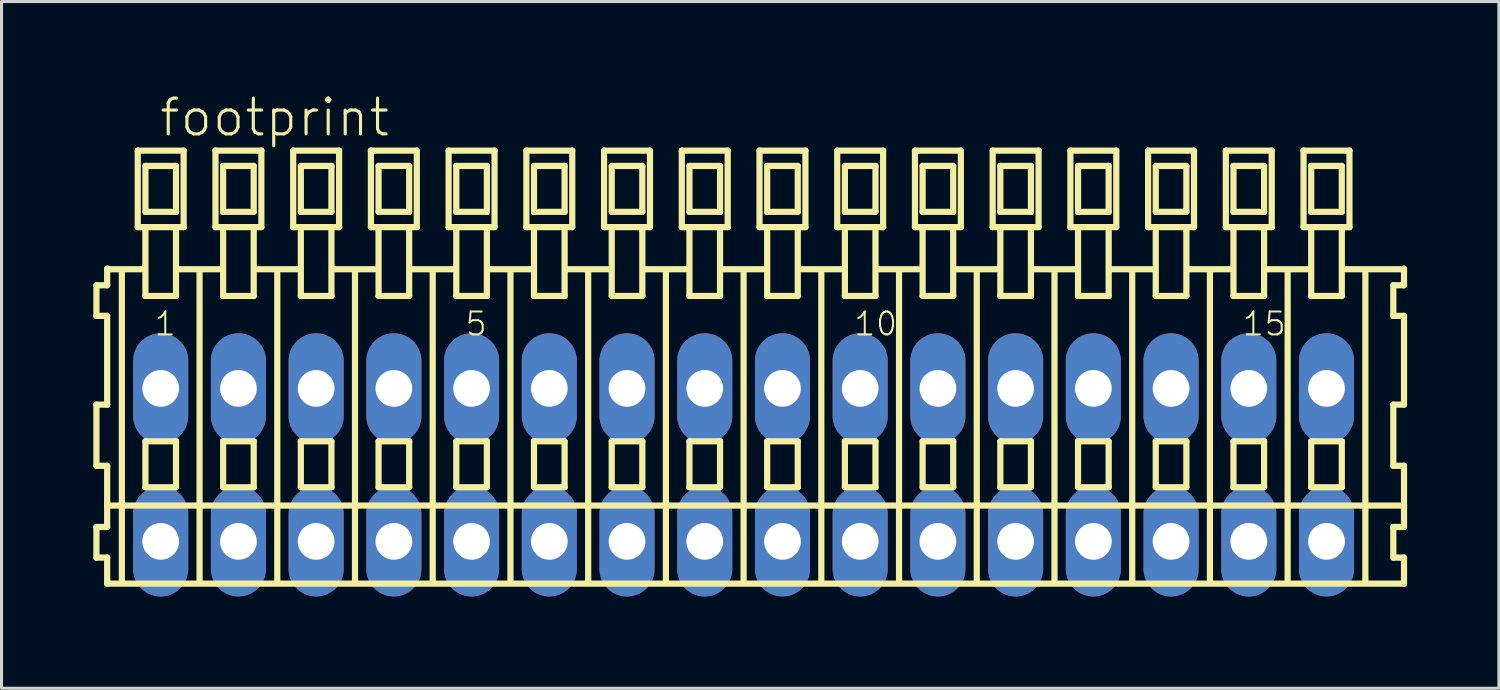
<source format=kicad_pcb>
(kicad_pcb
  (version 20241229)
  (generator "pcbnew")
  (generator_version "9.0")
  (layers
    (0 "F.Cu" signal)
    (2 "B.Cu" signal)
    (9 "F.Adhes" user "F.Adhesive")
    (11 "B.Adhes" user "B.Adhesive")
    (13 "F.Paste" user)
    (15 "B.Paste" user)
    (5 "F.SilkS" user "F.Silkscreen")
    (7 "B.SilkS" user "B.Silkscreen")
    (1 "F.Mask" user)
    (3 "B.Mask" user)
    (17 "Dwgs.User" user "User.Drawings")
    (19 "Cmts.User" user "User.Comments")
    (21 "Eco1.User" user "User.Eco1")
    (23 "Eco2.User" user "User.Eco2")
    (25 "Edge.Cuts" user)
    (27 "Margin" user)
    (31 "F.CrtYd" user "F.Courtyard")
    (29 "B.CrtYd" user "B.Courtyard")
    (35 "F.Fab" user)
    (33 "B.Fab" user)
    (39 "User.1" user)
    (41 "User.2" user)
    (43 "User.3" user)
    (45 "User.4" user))
  (footprint "footprint"
    (layer "F.Cu")
    (at 21.252 12.143)
    (property "Reference" "footprint" (at -19.15 -10.67 0) (layer "F.SilkS") (effects (font (size 1.168 1.168) (thickness 0.102)) (justify left bottom)))
    (fp_line (start -21.15 -5.87) (end -21.15 -4.87) (stroke (width 0.203) (type solid)) (layer "F.SilkS"))
    (fp_line (start -21.15 -4.87) (end -20.8 -4.87) (stroke (width 0.203) (type solid)) (layer "F.SilkS"))
    (fp_line (start -21.15 -1.97) (end -21.15 0.03) (stroke (width 0.203) (type solid)) (layer "F.SilkS"))
    (fp_line (start -21.15 0.03) (end -20.8 0.03) (stroke (width 0.203) (type solid)) (layer "F.SilkS"))
    (fp_line (start -21.15 2.03) (end -21.15 3.03) (stroke (width 0.203) (type solid)) (layer "F.SilkS"))
    (fp_line (start -21.15 3.03) (end -20.8 3.03) (stroke (width 0.203) (type solid)) (layer "F.SilkS"))
    (fp_line (start -20.8 -6.42) (end -20.8 -6.395) (stroke (width 0.203) (type solid)) (layer "F.SilkS"))
    (fp_line (start -20.8 -6.395) (end -20.8 -5.87) (stroke (width 0.203) (type solid)) (layer "F.SilkS"))
    (fp_line (start -20.8 -6.395) (end -19.675 -6.395) (stroke (width 0.203) (type solid)) (layer "F.SilkS"))
    (fp_line (start -20.8 -5.87) (end -21.15 -5.87) (stroke (width 0.203) (type solid)) (layer "F.SilkS"))
    (fp_line (start -20.8 -4.87) (end -20.8 -1.97) (stroke (width 0.203) (type solid)) (layer "F.SilkS"))
    (fp_line (start -20.8 -1.97) (end -21.15 -1.97) (stroke (width 0.203) (type solid)) (layer "F.SilkS"))
    (fp_line (start -20.8 0.03) (end -20.8 1.33) (stroke (width 0.203) (type solid)) (layer "F.SilkS"))
    (fp_line (start -20.8 1.33) (end -20.8 2.03) (stroke (width 0.203) (type solid)) (layer "F.SilkS"))
    (fp_line (start -20.8 1.33) (end 21.583 1.33) (stroke (width 0.203) (type solid)) (layer "F.SilkS"))
    (fp_line (start -20.8 2.03) (end -21.15 2.03) (stroke (width 0.203) (type solid)) (layer "F.SilkS"))
    (fp_line (start -20.8 3.03) (end -20.8 3.88) (stroke (width 0.203) (type solid)) (layer "F.SilkS"))
    (fp_line (start -20.8 3.88) (end 21.583 3.88) (stroke (width 0.203) (type solid)) (layer "F.SilkS"))
    (fp_line (start -20.32 3.83) (end -20.32 -6.33) (stroke (width 0.203) (type solid)) (layer "F.SilkS"))
    (fp_line (start -19.8 -10.27) (end -19.8 -7.77) (stroke (width 0.203) (type solid)) (layer "F.SilkS"))
    (fp_line (start -19.8 -7.77) (end -19.55 -7.77) (stroke (width 0.203) (type solid)) (layer "F.SilkS"))
    (fp_line (start -19.55 -9.77) (end -19.55 -8.27) (stroke (width 0.203) (type solid)) (layer "F.SilkS"))
    (fp_line (start -19.55 -8.27) (end -18.55 -8.27) (stroke (width 0.203) (type solid)) (layer "F.SilkS"))
    (fp_line (start -19.55 -7.77) (end -19.55 -5.52) (stroke (width 0.203) (type solid)) (layer "F.SilkS"))
    (fp_line (start -19.55 -7.77) (end -18.55 -7.77) (stroke (width 0.203) (type solid)) (layer "F.SilkS"))
    (fp_line (start -19.55 -5.52) (end -18.55 -5.52) (stroke (width 0.203) (type solid)) (layer "F.SilkS"))
    (fp_line (start -19.55 -0.77) (end -19.55 0.73) (stroke (width 0.203) (type solid)) (layer "F.SilkS"))
    (fp_line (start -19.55 0.73) (end -18.55 0.73) (stroke (width 0.203) (type solid)) (layer "F.SilkS"))
    (fp_line (start -18.55 -9.77) (end -19.55 -9.77) (stroke (width 0.203) (type solid)) (layer "F.SilkS"))
    (fp_line (start -18.55 -8.27) (end -18.55 -9.77) (stroke (width 0.203) (type solid)) (layer "F.SilkS"))
    (fp_line (start -18.55 -7.77) (end -18.3 -7.77) (stroke (width 0.203) (type solid)) (layer "F.SilkS"))
    (fp_line (start -18.55 -5.52) (end -18.55 -7.77) (stroke (width 0.203) (type solid)) (layer "F.SilkS"))
    (fp_line (start -18.55 -0.77) (end -19.55 -0.77) (stroke (width 0.203) (type solid)) (layer "F.SilkS"))
    (fp_line (start -18.55 0.73) (end -18.55 -0.77) (stroke (width 0.203) (type solid)) (layer "F.SilkS"))
    (fp_line (start -18.514 -6.395) (end -17.135 -6.395) (stroke (width 0.203) (type solid)) (layer "F.SilkS"))
    (fp_line (start -18.3 -10.27) (end -19.8 -10.27) (stroke (width 0.203) (type solid)) (layer "F.SilkS"))
    (fp_line (start -18.3 -7.77) (end -18.3 -10.27) (stroke (width 0.203) (type solid)) (layer "F.SilkS"))
    (fp_line (start -17.78 3.83) (end -17.78 -6.33) (stroke (width 0.203) (type solid)) (layer "F.SilkS"))
    (fp_line (start -17.26 -10.27) (end -17.26 -7.77) (stroke (width 0.203) (type solid)) (layer "F.SilkS"))
    (fp_line (start -17.26 -7.77) (end -17.01 -7.77) (stroke (width 0.203) (type solid)) (layer "F.SilkS"))
    (fp_line (start -17.01 -9.77) (end -17.01 -8.27) (stroke (width 0.203) (type solid)) (layer "F.SilkS"))
    (fp_line (start -17.01 -8.27) (end -16.01 -8.27) (stroke (width 0.203) (type solid)) (layer "F.SilkS"))
    (fp_line (start -17.01 -7.77) (end -17.01 -5.52) (stroke (width 0.203) (type solid)) (layer "F.SilkS"))
    (fp_line (start -17.01 -7.77) (end -16.01 -7.77) (stroke (width 0.203) (type solid)) (layer "F.SilkS"))
    (fp_line (start -17.01 -5.52) (end -16.01 -5.52) (stroke (width 0.203) (type solid)) (layer "F.SilkS"))
    (fp_line (start -17.01 -0.77) (end -17.01 0.73) (stroke (width 0.203) (type solid)) (layer "F.SilkS"))
    (fp_line (start -17.01 0.73) (end -16.01 0.73) (stroke (width 0.203) (type solid)) (layer "F.SilkS"))
    (fp_line (start -16.01 -9.77) (end -17.01 -9.77) (stroke (width 0.203) (type solid)) (layer "F.SilkS"))
    (fp_line (start -16.01 -8.27) (end -16.01 -9.77) (stroke (width 0.203) (type solid)) (layer "F.SilkS"))
    (fp_line (start -16.01 -7.77) (end -15.76 -7.77) (stroke (width 0.203) (type solid)) (layer "F.SilkS"))
    (fp_line (start -16.01 -5.52) (end -16.01 -7.77) (stroke (width 0.203) (type solid)) (layer "F.SilkS"))
    (fp_line (start -16.01 -0.77) (end -17.01 -0.77) (stroke (width 0.203) (type solid)) (layer "F.SilkS"))
    (fp_line (start -16.01 0.73) (end -16.01 -0.77) (stroke (width 0.203) (type solid)) (layer "F.SilkS"))
    (fp_line (start -15.974 -6.395) (end -14.595 -6.395) (stroke (width 0.203) (type solid)) (layer "F.SilkS"))
    (fp_line (start -15.76 -10.27) (end -17.26 -10.27) (stroke (width 0.203) (type solid)) (layer "F.SilkS"))
    (fp_line (start -15.76 -7.77) (end -15.76 -10.27) (stroke (width 0.203) (type solid)) (layer "F.SilkS"))
    (fp_line (start -15.24 3.83) (end -15.24 -6.33) (stroke (width 0.203) (type solid)) (layer "F.SilkS"))
    (fp_line (start -14.72 -10.27) (end -14.72 -7.77) (stroke (width 0.203) (type solid)) (layer "F.SilkS"))
    (fp_line (start -14.72 -7.77) (end -14.47 -7.77) (stroke (width 0.203) (type solid)) (layer "F.SilkS"))
    (fp_line (start -14.47 -9.77) (end -14.47 -8.27) (stroke (width 0.203) (type solid)) (layer "F.SilkS"))
    (fp_line (start -14.47 -8.27) (end -13.47 -8.27) (stroke (width 0.203) (type solid)) (layer "F.SilkS"))
    (fp_line (start -14.47 -7.77) (end -14.47 -5.52) (stroke (width 0.203) (type solid)) (layer "F.SilkS"))
    (fp_line (start -14.47 -7.77) (end -13.47 -7.77) (stroke (width 0.203) (type solid)) (layer "F.SilkS"))
    (fp_line (start -14.47 -5.52) (end -13.47 -5.52) (stroke (width 0.203) (type solid)) (layer "F.SilkS"))
    (fp_line (start -14.47 -0.77) (end -14.47 0.73) (stroke (width 0.203) (type solid)) (layer "F.SilkS"))
    (fp_line (start -14.47 0.73) (end -13.47 0.73) (stroke (width 0.203) (type solid)) (layer "F.SilkS"))
    (fp_line (start -13.47 -9.77) (end -14.47 -9.77) (stroke (width 0.203) (type solid)) (layer "F.SilkS"))
    (fp_line (start -13.47 -8.27) (end -13.47 -9.77) (stroke (width 0.203) (type solid)) (layer "F.SilkS"))
    (fp_line (start -13.47 -7.77) (end -13.22 -7.77) (stroke (width 0.203) (type solid)) (layer "F.SilkS"))
    (fp_line (start -13.47 -5.52) (end -13.47 -7.77) (stroke (width 0.203) (type solid)) (layer "F.SilkS"))
    (fp_line (start -13.47 -0.77) (end -14.47 -0.77) (stroke (width 0.203) (type solid)) (layer "F.SilkS"))
    (fp_line (start -13.47 0.73) (end -13.47 -0.77) (stroke (width 0.203) (type solid)) (layer "F.SilkS"))
    (fp_line (start -13.434 -6.395) (end -12.055 -6.395) (stroke (width 0.203) (type solid)) (layer "F.SilkS"))
    (fp_line (start -13.22 -10.27) (end -14.72 -10.27) (stroke (width 0.203) (type solid)) (layer "F.SilkS"))
    (fp_line (start -13.22 -7.77) (end -13.22 -10.27) (stroke (width 0.203) (type solid)) (layer "F.SilkS"))
    (fp_line (start -12.7 3.83) (end -12.7 -6.33) (stroke (width 0.203) (type solid)) (layer "F.SilkS"))
    (fp_line (start -12.18 -10.27) (end -12.18 -7.77) (stroke (width 0.203) (type solid)) (layer "F.SilkS"))
    (fp_line (start -12.18 -7.77) (end -11.93 -7.77) (stroke (width 0.203) (type solid)) (layer "F.SilkS"))
    (fp_line (start -11.93 -9.77) (end -11.93 -8.27) (stroke (width 0.203) (type solid)) (layer "F.SilkS"))
    (fp_line (start -11.93 -8.27) (end -10.93 -8.27) (stroke (width 0.203) (type solid)) (layer "F.SilkS"))
    (fp_line (start -11.93 -7.77) (end -11.93 -5.52) (stroke (width 0.203) (type solid)) (layer "F.SilkS"))
    (fp_line (start -11.93 -7.77) (end -10.93 -7.77) (stroke (width 0.203) (type solid)) (layer "F.SilkS"))
    (fp_line (start -11.93 -5.52) (end -10.93 -5.52) (stroke (width 0.203) (type solid)) (layer "F.SilkS"))
    (fp_line (start -11.93 -0.77) (end -11.93 0.73) (stroke (width 0.203) (type solid)) (layer "F.SilkS"))
    (fp_line (start -11.93 0.73) (end -10.93 0.73) (stroke (width 0.203) (type solid)) (layer "F.SilkS"))
    (fp_line (start -10.93 -9.77) (end -11.93 -9.77) (stroke (width 0.203) (type solid)) (layer "F.SilkS"))
    (fp_line (start -10.93 -8.27) (end -10.93 -9.77) (stroke (width 0.203) (type solid)) (layer "F.SilkS"))
    (fp_line (start -10.93 -7.77) (end -10.68 -7.77) (stroke (width 0.203) (type solid)) (layer "F.SilkS"))
    (fp_line (start -10.93 -5.52) (end -10.93 -7.77) (stroke (width 0.203) (type solid)) (layer "F.SilkS"))
    (fp_line (start -10.93 -0.77) (end -11.93 -0.77) (stroke (width 0.203) (type solid)) (layer "F.SilkS"))
    (fp_line (start -10.93 0.73) (end -10.93 -0.77) (stroke (width 0.203) (type solid)) (layer "F.SilkS"))
    (fp_line (start -10.894 -6.395) (end -9.515 -6.395) (stroke (width 0.203) (type solid)) (layer "F.SilkS"))
    (fp_line (start -10.68 -10.27) (end -12.18 -10.27) (stroke (width 0.203) (type solid)) (layer "F.SilkS"))
    (fp_line (start -10.68 -7.77) (end -10.68 -10.27) (stroke (width 0.203) (type solid)) (layer "F.SilkS"))
    (fp_line (start -10.16 3.83) (end -10.16 -6.33) (stroke (width 0.203) (type solid)) (layer "F.SilkS"))
    (fp_line (start -9.64 -10.27) (end -9.64 -7.77) (stroke (width 0.203) (type solid)) (layer "F.SilkS"))
    (fp_line (start -9.64 -7.77) (end -9.39 -7.77) (stroke (width 0.203) (type solid)) (layer "F.SilkS"))
    (fp_line (start -9.39 -9.77) (end -9.39 -8.27) (stroke (width 0.203) (type solid)) (layer "F.SilkS"))
    (fp_line (start -9.39 -8.27) (end -8.39 -8.27) (stroke (width 0.203) (type solid)) (layer "F.SilkS"))
    (fp_line (start -9.39 -7.77) (end -9.39 -5.52) (stroke (width 0.203) (type solid)) (layer "F.SilkS"))
    (fp_line (start -9.39 -7.77) (end -8.39 -7.77) (stroke (width 0.203) (type solid)) (layer "F.SilkS"))
    (fp_line (start -9.39 -5.52) (end -8.39 -5.52) (stroke (width 0.203) (type solid)) (layer "F.SilkS"))
    (fp_line (start -9.39 -0.77) (end -9.39 0.73) (stroke (width 0.203) (type solid)) (layer "F.SilkS"))
    (fp_line (start -9.39 0.73) (end -8.39 0.73) (stroke (width 0.203) (type solid)) (layer "F.SilkS"))
    (fp_line (start -8.39 -9.77) (end -9.39 -9.77) (stroke (width 0.203) (type solid)) (layer "F.SilkS"))
    (fp_line (start -8.39 -8.27) (end -8.39 -9.77) (stroke (width 0.203) (type solid)) (layer "F.SilkS"))
    (fp_line (start -8.39 -7.77) (end -8.14 -7.77) (stroke (width 0.203) (type solid)) (layer "F.SilkS"))
    (fp_line (start -8.39 -5.52) (end -8.39 -7.77) (stroke (width 0.203) (type solid)) (layer "F.SilkS"))
    (fp_line (start -8.39 -0.77) (end -9.39 -0.77) (stroke (width 0.203) (type solid)) (layer "F.SilkS"))
    (fp_line (start -8.39 0.73) (end -8.39 -0.77) (stroke (width 0.203) (type solid)) (layer "F.SilkS"))
    (fp_line (start -8.354 -6.395) (end -6.975 -6.395) (stroke (width 0.203) (type solid)) (layer "F.SilkS"))
    (fp_line (start -8.14 -10.27) (end -9.64 -10.27) (stroke (width 0.203) (type solid)) (layer "F.SilkS"))
    (fp_line (start -8.14 -7.77) (end -8.14 -10.27) (stroke (width 0.203) (type solid)) (layer "F.SilkS"))
    (fp_line (start -7.62 3.83) (end -7.62 -6.33) (stroke (width 0.203) (type solid)) (layer "F.SilkS"))
    (fp_line (start -7.1 -10.27) (end -7.1 -7.77) (stroke (width 0.203) (type solid)) (layer "F.SilkS"))
    (fp_line (start -7.1 -7.77) (end -6.85 -7.77) (stroke (width 0.203) (type solid)) (layer "F.SilkS"))
    (fp_line (start -6.85 -9.77) (end -6.85 -8.27) (stroke (width 0.203) (type solid)) (layer "F.SilkS"))
    (fp_line (start -6.85 -8.27) (end -5.85 -8.27) (stroke (width 0.203) (type solid)) (layer "F.SilkS"))
    (fp_line (start -6.85 -7.77) (end -6.85 -5.52) (stroke (width 0.203) (type solid)) (layer "F.SilkS"))
    (fp_line (start -6.85 -7.77) (end -5.85 -7.77) (stroke (width 0.203) (type solid)) (layer "F.SilkS"))
    (fp_line (start -6.85 -5.52) (end -5.85 -5.52) (stroke (width 0.203) (type solid)) (layer "F.SilkS"))
    (fp_line (start -6.85 -0.77) (end -6.85 0.73) (stroke (width 0.203) (type solid)) (layer "F.SilkS"))
    (fp_line (start -6.85 0.73) (end -5.85 0.73) (stroke (width 0.203) (type solid)) (layer "F.SilkS"))
    (fp_line (start -5.85 -9.77) (end -6.85 -9.77) (stroke (width 0.203) (type solid)) (layer "F.SilkS"))
    (fp_line (start -5.85 -8.27) (end -5.85 -9.77) (stroke (width 0.203) (type solid)) (layer "F.SilkS"))
    (fp_line (start -5.85 -7.77) (end -5.6 -7.77) (stroke (width 0.203) (type solid)) (layer "F.SilkS"))
    (fp_line (start -5.85 -5.52) (end -5.85 -7.77) (stroke (width 0.203) (type solid)) (layer "F.SilkS"))
    (fp_line (start -5.85 -0.77) (end -6.85 -0.77) (stroke (width 0.203) (type solid)) (layer "F.SilkS"))
    (fp_line (start -5.85 0.73) (end -5.85 -0.77) (stroke (width 0.203) (type solid)) (layer "F.SilkS"))
    (fp_line (start -5.814 -6.395) (end -4.435 -6.395) (stroke (width 0.203) (type solid)) (layer "F.SilkS"))
    (fp_line (start -5.6 -10.27) (end -7.1 -10.27) (stroke (width 0.203) (type solid)) (layer "F.SilkS"))
    (fp_line (start -5.6 -7.77) (end -5.6 -10.27) (stroke (width 0.203) (type solid)) (layer "F.SilkS"))
    (fp_line (start -5.08 3.83) (end -5.08 -6.33) (stroke (width 0.203) (type solid)) (layer "F.SilkS"))
    (fp_line (start -4.56 -10.27) (end -4.56 -7.77) (stroke (width 0.203) (type solid)) (layer "F.SilkS"))
    (fp_line (start -4.56 -7.77) (end -4.31 -7.77) (stroke (width 0.203) (type solid)) (layer "F.SilkS"))
    (fp_line (start -4.31 -9.77) (end -4.31 -8.27) (stroke (width 0.203) (type solid)) (layer "F.SilkS"))
    (fp_line (start -4.31 -8.27) (end -3.31 -8.27) (stroke (width 0.203) (type solid)) (layer "F.SilkS"))
    (fp_line (start -4.31 -7.77) (end -4.31 -5.52) (stroke (width 0.203) (type solid)) (layer "F.SilkS"))
    (fp_line (start -4.31 -7.77) (end -3.31 -7.77) (stroke (width 0.203) (type solid)) (layer "F.SilkS"))
    (fp_line (start -4.31 -5.52) (end -3.31 -5.52) (stroke (width 0.203) (type solid)) (layer "F.SilkS"))
    (fp_line (start -4.31 -0.77) (end -4.31 0.73) (stroke (width 0.203) (type solid)) (layer "F.SilkS"))
    (fp_line (start -4.31 0.73) (end -3.31 0.73) (stroke (width 0.203) (type solid)) (layer "F.SilkS"))
    (fp_line (start -3.31 -9.77) (end -4.31 -9.77) (stroke (width 0.203) (type solid)) (layer "F.SilkS"))
    (fp_line (start -3.31 -8.27) (end -3.31 -9.77) (stroke (width 0.203) (type solid)) (layer "F.SilkS"))
    (fp_line (start -3.31 -7.77) (end -3.06 -7.77) (stroke (width 0.203) (type solid)) (layer "F.SilkS"))
    (fp_line (start -3.31 -5.52) (end -3.31 -7.77) (stroke (width 0.203) (type solid)) (layer "F.SilkS"))
    (fp_line (start -3.31 -0.77) (end -4.31 -0.77) (stroke (width 0.203) (type solid)) (layer "F.SilkS"))
    (fp_line (start -3.31 0.73) (end -3.31 -0.77) (stroke (width 0.203) (type solid)) (layer "F.SilkS"))
    (fp_line (start -3.274 -6.395) (end -1.895 -6.395) (stroke (width 0.203) (type solid)) (layer "F.SilkS"))
    (fp_line (start -3.06 -10.27) (end -4.56 -10.27) (stroke (width 0.203) (type solid)) (layer "F.SilkS"))
    (fp_line (start -3.06 -7.77) (end -3.06 -10.27) (stroke (width 0.203) (type solid)) (layer "F.SilkS"))
    (fp_line (start -2.54 3.83) (end -2.54 -6.33) (stroke (width 0.203) (type solid)) (layer "F.SilkS"))
    (fp_line (start -2.02 -10.27) (end -2.02 -7.77) (stroke (width 0.203) (type solid)) (layer "F.SilkS"))
    (fp_line (start -2.02 -7.77) (end -1.77 -7.77) (stroke (width 0.203) (type solid)) (layer "F.SilkS"))
    (fp_line (start -1.77 -9.77) (end -1.77 -8.27) (stroke (width 0.203) (type solid)) (layer "F.SilkS"))
    (fp_line (start -1.77 -8.27) (end -0.77 -8.27) (stroke (width 0.203) (type solid)) (layer "F.SilkS"))
    (fp_line (start -1.77 -7.77) (end -1.77 -5.52) (stroke (width 0.203) (type solid)) (layer "F.SilkS"))
    (fp_line (start -1.77 -7.77) (end -0.77 -7.77) (stroke (width 0.203) (type solid)) (layer "F.SilkS"))
    (fp_line (start -1.77 -5.52) (end -0.77 -5.52) (stroke (width 0.203) (type solid)) (layer "F.SilkS"))
    (fp_line (start -1.77 -0.77) (end -1.77 0.73) (stroke (width 0.203) (type solid)) (layer "F.SilkS"))
    (fp_line (start -1.77 0.73) (end -0.77 0.73) (stroke (width 0.203) (type solid)) (layer "F.SilkS"))
    (fp_line (start -0.77 -9.77) (end -1.77 -9.77) (stroke (width 0.203) (type solid)) (layer "F.SilkS"))
    (fp_line (start -0.77 -8.27) (end -0.77 -9.77) (stroke (width 0.203) (type solid)) (layer "F.SilkS"))
    (fp_line (start -0.77 -7.77) (end -0.52 -7.77) (stroke (width 0.203) (type solid)) (layer "F.SilkS"))
    (fp_line (start -0.77 -5.52) (end -0.77 -7.77) (stroke (width 0.203) (type solid)) (layer "F.SilkS"))
    (fp_line (start -0.77 -0.77) (end -1.77 -0.77) (stroke (width 0.203) (type solid)) (layer "F.SilkS"))
    (fp_line (start -0.77 0.73) (end -0.77 -0.77) (stroke (width 0.203) (type solid)) (layer "F.SilkS"))
    (fp_line (start -0.734 -6.395) (end 0.645 -6.395) (stroke (width 0.203) (type solid)) (layer "F.SilkS"))
    (fp_line (start -0.52 -10.27) (end -2.02 -10.27) (stroke (width 0.203) (type solid)) (layer "F.SilkS"))
    (fp_line (start -0.52 -7.77) (end -0.52 -10.27) (stroke (width 0.203) (type solid)) (layer "F.SilkS"))
    (fp_line (start 0 3.83) (end 0 -6.33) (stroke (width 0.203) (type solid)) (layer "F.SilkS"))
    (fp_line (start 0.52 -10.27) (end 0.52 -7.77) (stroke (width 0.203) (type solid)) (layer "F.SilkS"))
    (fp_line (start 0.52 -7.77) (end 0.77 -7.77) (stroke (width 0.203) (type solid)) (layer "F.SilkS"))
    (fp_line (start 0.77 -9.77) (end 0.77 -8.27) (stroke (width 0.203) (type solid)) (layer "F.SilkS"))
    (fp_line (start 0.77 -8.27) (end 1.77 -8.27) (stroke (width 0.203) (type solid)) (layer "F.SilkS"))
    (fp_line (start 0.77 -7.77) (end 0.77 -5.52) (stroke (width 0.203) (type solid)) (layer "F.SilkS"))
    (fp_line (start 0.77 -7.77) (end 1.77 -7.77) (stroke (width 0.203) (type solid)) (layer "F.SilkS"))
    (fp_line (start 0.77 -5.52) (end 1.77 -5.52) (stroke (width 0.203) (type solid)) (layer "F.SilkS"))
    (fp_line (start 0.77 -0.77) (end 0.77 0.73) (stroke (width 0.203) (type solid)) (layer "F.SilkS"))
    (fp_line (start 0.77 0.73) (end 1.77 0.73) (stroke (width 0.203) (type solid)) (layer "F.SilkS"))
    (fp_line (start 1.77 -9.77) (end 0.77 -9.77) (stroke (width 0.203) (type solid)) (layer "F.SilkS"))
    (fp_line (start 1.77 -8.27) (end 1.77 -9.77) (stroke (width 0.203) (type solid)) (layer "F.SilkS"))
    (fp_line (start 1.77 -7.77) (end 2.02 -7.77) (stroke (width 0.203) (type solid)) (layer "F.SilkS"))
    (fp_line (start 1.77 -5.52) (end 1.77 -7.77) (stroke (width 0.203) (type solid)) (layer "F.SilkS"))
    (fp_line (start 1.77 -0.77) (end 0.77 -0.77) (stroke (width 0.203) (type solid)) (layer "F.SilkS"))
    (fp_line (start 1.77 0.73) (end 1.77 -0.77) (stroke (width 0.203) (type solid)) (layer "F.SilkS"))
    (fp_line (start 1.806 -6.395) (end 3.185 -6.395) (stroke (width 0.203) (type solid)) (layer "F.SilkS"))
    (fp_line (start 2.02 -10.27) (end 0.52 -10.27) (stroke (width 0.203) (type solid)) (layer "F.SilkS"))
    (fp_line (start 2.02 -7.77) (end 2.02 -10.27) (stroke (width 0.203) (type solid)) (layer "F.SilkS"))
    (fp_line (start 2.54 3.83) (end 2.54 -6.33) (stroke (width 0.203) (type solid)) (layer "F.SilkS"))
    (fp_line (start 3.06 -10.27) (end 3.06 -7.77) (stroke (width 0.203) (type solid)) (layer "F.SilkS"))
    (fp_line (start 3.06 -7.77) (end 3.31 -7.77) (stroke (width 0.203) (type solid)) (layer "F.SilkS"))
    (fp_line (start 3.31 -9.77) (end 3.31 -8.27) (stroke (width 0.203) (type solid)) (layer "F.SilkS"))
    (fp_line (start 3.31 -8.27) (end 4.31 -8.27) (stroke (width 0.203) (type solid)) (layer "F.SilkS"))
    (fp_line (start 3.31 -7.77) (end 3.31 -5.52) (stroke (width 0.203) (type solid)) (layer "F.SilkS"))
    (fp_line (start 3.31 -7.77) (end 4.31 -7.77) (stroke (width 0.203) (type solid)) (layer "F.SilkS"))
    (fp_line (start 3.31 -5.52) (end 4.31 -5.52) (stroke (width 0.203) (type solid)) (layer "F.SilkS"))
    (fp_line (start 3.31 -0.77) (end 3.31 0.73) (stroke (width 0.203) (type solid)) (layer "F.SilkS"))
    (fp_line (start 3.31 0.73) (end 4.31 0.73) (stroke (width 0.203) (type solid)) (layer "F.SilkS"))
    (fp_line (start 4.31 -9.77) (end 3.31 -9.77) (stroke (width 0.203) (type solid)) (layer "F.SilkS"))
    (fp_line (start 4.31 -8.27) (end 4.31 -9.77) (stroke (width 0.203) (type solid)) (layer "F.SilkS"))
    (fp_line (start 4.31 -7.77) (end 4.56 -7.77) (stroke (width 0.203) (type solid)) (layer "F.SilkS"))
    (fp_line (start 4.31 -5.52) (end 4.31 -7.77) (stroke (width 0.203) (type solid)) (layer "F.SilkS"))
    (fp_line (start 4.31 -0.77) (end 3.31 -0.77) (stroke (width 0.203) (type solid)) (layer "F.SilkS"))
    (fp_line (start 4.31 0.73) (end 4.31 -0.77) (stroke (width 0.203) (type solid)) (layer "F.SilkS"))
    (fp_line (start 4.346 -6.395) (end 5.725 -6.395) (stroke (width 0.203) (type solid)) (layer "F.SilkS"))
    (fp_line (start 4.56 -10.27) (end 3.06 -10.27) (stroke (width 0.203) (type solid)) (layer "F.SilkS"))
    (fp_line (start 4.56 -7.77) (end 4.56 -10.27) (stroke (width 0.203) (type solid)) (layer "F.SilkS"))
    (fp_line (start 5.08 3.83) (end 5.08 -6.33) (stroke (width 0.203) (type solid)) (layer "F.SilkS"))
    (fp_line (start 5.6 -10.27) (end 5.6 -7.77) (stroke (width 0.203) (type solid)) (layer "F.SilkS"))
    (fp_line (start 5.6 -7.77) (end 5.85 -7.77) (stroke (width 0.203) (type solid)) (layer "F.SilkS"))
    (fp_line (start 5.85 -9.77) (end 5.85 -8.27) (stroke (width 0.203) (type solid)) (layer "F.SilkS"))
    (fp_line (start 5.85 -8.27) (end 6.85 -8.27) (stroke (width 0.203) (type solid)) (layer "F.SilkS"))
    (fp_line (start 5.85 -7.77) (end 5.85 -5.52) (stroke (width 0.203) (type solid)) (layer "F.SilkS"))
    (fp_line (start 5.85 -7.77) (end 6.85 -7.77) (stroke (width 0.203) (type solid)) (layer "F.SilkS"))
    (fp_line (start 5.85 -5.52) (end 6.85 -5.52) (stroke (width 0.203) (type solid)) (layer "F.SilkS"))
    (fp_line (start 5.85 -0.77) (end 5.85 0.73) (stroke (width 0.203) (type solid)) (layer "F.SilkS"))
    (fp_line (start 5.85 0.73) (end 6.85 0.73) (stroke (width 0.203) (type solid)) (layer "F.SilkS"))
    (fp_line (start 6.85 -9.77) (end 5.85 -9.77) (stroke (width 0.203) (type solid)) (layer "F.SilkS"))
    (fp_line (start 6.85 -8.27) (end 6.85 -9.77) (stroke (width 0.203) (type solid)) (layer "F.SilkS"))
    (fp_line (start 6.85 -7.77) (end 7.1 -7.77) (stroke (width 0.203) (type solid)) (layer "F.SilkS"))
    (fp_line (start 6.85 -5.52) (end 6.85 -7.77) (stroke (width 0.203) (type solid)) (layer "F.SilkS"))
    (fp_line (start 6.85 -0.77) (end 5.85 -0.77) (stroke (width 0.203) (type solid)) (layer "F.SilkS"))
    (fp_line (start 6.85 0.73) (end 6.85 -0.77) (stroke (width 0.203) (type solid)) (layer "F.SilkS"))
    (fp_line (start 6.886 -6.395) (end 8.265 -6.395) (stroke (width 0.203) (type solid)) (layer "F.SilkS"))
    (fp_line (start 7.1 -10.27) (end 5.6 -10.27) (stroke (width 0.203) (type solid)) (layer "F.SilkS"))
    (fp_line (start 7.1 -7.77) (end 7.1 -10.27) (stroke (width 0.203) (type solid)) (layer "F.SilkS"))
    (fp_line (start 7.62 3.83) (end 7.62 -6.33) (stroke (width 0.203) (type solid)) (layer "F.SilkS"))
    (fp_line (start 8.14 -10.27) (end 8.14 -7.77) (stroke (width 0.203) (type solid)) (layer "F.SilkS"))
    (fp_line (start 8.14 -7.77) (end 8.39 -7.77) (stroke (width 0.203) (type solid)) (layer "F.SilkS"))
    (fp_line (start 8.39 -9.77) (end 8.39 -8.27) (stroke (width 0.203) (type solid)) (layer "F.SilkS"))
    (fp_line (start 8.39 -8.27) (end 9.39 -8.27) (stroke (width 0.203) (type solid)) (layer "F.SilkS"))
    (fp_line (start 8.39 -7.77) (end 8.39 -5.52) (stroke (width 0.203) (type solid)) (layer "F.SilkS"))
    (fp_line (start 8.39 -7.77) (end 9.39 -7.77) (stroke (width 0.203) (type solid)) (layer "F.SilkS"))
    (fp_line (start 8.39 -5.52) (end 9.39 -5.52) (stroke (width 0.203) (type solid)) (layer "F.SilkS"))
    (fp_line (start 8.39 -0.77) (end 8.39 0.73) (stroke (width 0.203) (type solid)) (layer "F.SilkS"))
    (fp_line (start 8.39 0.73) (end 9.39 0.73) (stroke (width 0.203) (type solid)) (layer "F.SilkS"))
    (fp_line (start 9.39 -9.77) (end 8.39 -9.77) (stroke (width 0.203) (type solid)) (layer "F.SilkS"))
    (fp_line (start 9.39 -8.27) (end 9.39 -9.77) (stroke (width 0.203) (type solid)) (layer "F.SilkS"))
    (fp_line (start 9.39 -7.77) (end 9.64 -7.77) (stroke (width 0.203) (type solid)) (layer "F.SilkS"))
    (fp_line (start 9.39 -5.52) (end 9.39 -7.77) (stroke (width 0.203) (type solid)) (layer "F.SilkS"))
    (fp_line (start 9.39 -0.77) (end 8.39 -0.77) (stroke (width 0.203) (type solid)) (layer "F.SilkS"))
    (fp_line (start 9.39 0.73) (end 9.39 -0.77) (stroke (width 0.203) (type solid)) (layer "F.SilkS"))
    (fp_line (start 9.426 -6.395) (end 10.805 -6.395) (stroke (width 0.203) (type solid)) (layer "F.SilkS"))
    (fp_line (start 9.64 -10.27) (end 8.14 -10.27) (stroke (width 0.203) (type solid)) (layer "F.SilkS"))
    (fp_line (start 9.64 -7.77) (end 9.64 -10.27) (stroke (width 0.203) (type solid)) (layer "F.SilkS"))
    (fp_line (start 10.16 3.83) (end 10.16 -6.33) (stroke (width 0.203) (type solid)) (layer "F.SilkS"))
    (fp_line (start 10.68 -10.27) (end 10.68 -7.77) (stroke (width 0.203) (type solid)) (layer "F.SilkS"))
    (fp_line (start 10.68 -7.77) (end 10.93 -7.77) (stroke (width 0.203) (type solid)) (layer "F.SilkS"))
    (fp_line (start 10.93 -9.77) (end 10.93 -8.27) (stroke (width 0.203) (type solid)) (layer "F.SilkS"))
    (fp_line (start 10.93 -8.27) (end 11.93 -8.27) (stroke (width 0.203) (type solid)) (layer "F.SilkS"))
    (fp_line (start 10.93 -7.77) (end 10.93 -5.52) (stroke (width 0.203) (type solid)) (layer "F.SilkS"))
    (fp_line (start 10.93 -7.77) (end 11.93 -7.77) (stroke (width 0.203) (type solid)) (layer "F.SilkS"))
    (fp_line (start 10.93 -5.52) (end 11.93 -5.52) (stroke (width 0.203) (type solid)) (layer "F.SilkS"))
    (fp_line (start 10.93 -0.77) (end 10.93 0.73) (stroke (width 0.203) (type solid)) (layer "F.SilkS"))
    (fp_line (start 10.93 0.73) (end 11.93 0.73) (stroke (width 0.203) (type solid)) (layer "F.SilkS"))
    (fp_line (start 11.93 -9.77) (end 10.93 -9.77) (stroke (width 0.203) (type solid)) (layer "F.SilkS"))
    (fp_line (start 11.93 -8.27) (end 11.93 -9.77) (stroke (width 0.203) (type solid)) (layer "F.SilkS"))
    (fp_line (start 11.93 -7.77) (end 12.18 -7.77) (stroke (width 0.203) (type solid)) (layer "F.SilkS"))
    (fp_line (start 11.93 -5.52) (end 11.93 -7.77) (stroke (width 0.203) (type solid)) (layer "F.SilkS"))
    (fp_line (start 11.93 -0.77) (end 10.93 -0.77) (stroke (width 0.203) (type solid)) (layer "F.SilkS"))
    (fp_line (start 11.93 0.73) (end 11.93 -0.77) (stroke (width 0.203) (type solid)) (layer "F.SilkS"))
    (fp_line (start 11.966 -6.395) (end 13.345 -6.395) (stroke (width 0.203) (type solid)) (layer "F.SilkS"))
    (fp_line (start 12.18 -10.27) (end 10.68 -10.27) (stroke (width 0.203) (type solid)) (layer "F.SilkS"))
    (fp_line (start 12.18 -7.77) (end 12.18 -10.27) (stroke (width 0.203) (type solid)) (layer "F.SilkS"))
    (fp_line (start 12.7 3.83) (end 12.7 -6.33) (stroke (width 0.203) (type solid)) (layer "F.SilkS"))
    (fp_line (start 13.22 -10.27) (end 13.22 -7.77) (stroke (width 0.203) (type solid)) (layer "F.SilkS"))
    (fp_line (start 13.22 -7.77) (end 13.47 -7.77) (stroke (width 0.203) (type solid)) (layer "F.SilkS"))
    (fp_line (start 13.47 -9.77) (end 13.47 -8.27) (stroke (width 0.203) (type solid)) (layer "F.SilkS"))
    (fp_line (start 13.47 -8.27) (end 14.47 -8.27) (stroke (width 0.203) (type solid)) (layer "F.SilkS"))
    (fp_line (start 13.47 -7.77) (end 13.47 -5.52) (stroke (width 0.203) (type solid)) (layer "F.SilkS"))
    (fp_line (start 13.47 -7.77) (end 14.47 -7.77) (stroke (width 0.203) (type solid)) (layer "F.SilkS"))
    (fp_line (start 13.47 -5.52) (end 14.47 -5.52) (stroke (width 0.203) (type solid)) (layer "F.SilkS"))
    (fp_line (start 13.47 -0.77) (end 13.47 0.73) (stroke (width 0.203) (type solid)) (layer "F.SilkS"))
    (fp_line (start 13.47 0.73) (end 14.47 0.73) (stroke (width 0.203) (type solid)) (layer "F.SilkS"))
    (fp_line (start 14.47 -9.77) (end 13.47 -9.77) (stroke (width 0.203) (type solid)) (layer "F.SilkS"))
    (fp_line (start 14.47 -8.27) (end 14.47 -9.77) (stroke (width 0.203) (type solid)) (layer "F.SilkS"))
    (fp_line (start 14.47 -7.77) (end 14.72 -7.77) (stroke (width 0.203) (type solid)) (layer "F.SilkS"))
    (fp_line (start 14.47 -5.52) (end 14.47 -7.77) (stroke (width 0.203) (type solid)) (layer "F.SilkS"))
    (fp_line (start 14.47 -0.77) (end 13.47 -0.77) (stroke (width 0.203) (type solid)) (layer "F.SilkS"))
    (fp_line (start 14.47 0.73) (end 14.47 -0.77) (stroke (width 0.203) (type solid)) (layer "F.SilkS"))
    (fp_line (start 14.506 -6.395) (end 15.885 -6.395) (stroke (width 0.203) (type solid)) (layer "F.SilkS"))
    (fp_line (start 14.72 -10.27) (end 13.22 -10.27) (stroke (width 0.203) (type solid)) (layer "F.SilkS"))
    (fp_line (start 14.72 -7.77) (end 14.72 -10.27) (stroke (width 0.203) (type solid)) (layer "F.SilkS"))
    (fp_line (start 15.24 3.83) (end 15.24 -6.33) (stroke (width 0.203) (type solid)) (layer "F.SilkS"))
    (fp_line (start 15.76 -10.27) (end 15.76 -7.77) (stroke (width 0.203) (type solid)) (layer "F.SilkS"))
    (fp_line (start 15.76 -7.77) (end 16.01 -7.77) (stroke (width 0.203) (type solid)) (layer "F.SilkS"))
    (fp_line (start 16.01 -9.77) (end 16.01 -8.27) (stroke (width 0.203) (type solid)) (layer "F.SilkS"))
    (fp_line (start 16.01 -8.27) (end 17.01 -8.27) (stroke (width 0.203) (type solid)) (layer "F.SilkS"))
    (fp_line (start 16.01 -7.77) (end 16.01 -5.52) (stroke (width 0.203) (type solid)) (layer "F.SilkS"))
    (fp_line (start 16.01 -7.77) (end 17.01 -7.77) (stroke (width 0.203) (type solid)) (layer "F.SilkS"))
    (fp_line (start 16.01 -5.52) (end 17.01 -5.52) (stroke (width 0.203) (type solid)) (layer "F.SilkS"))
    (fp_line (start 16.01 -0.77) (end 16.01 0.73) (stroke (width 0.203) (type solid)) (layer "F.SilkS"))
    (fp_line (start 16.01 0.73) (end 17.01 0.73) (stroke (width 0.203) (type solid)) (layer "F.SilkS"))
    (fp_line (start 17.01 -9.77) (end 16.01 -9.77) (stroke (width 0.203) (type solid)) (layer "F.SilkS"))
    (fp_line (start 17.01 -8.27) (end 17.01 -9.77) (stroke (width 0.203) (type solid)) (layer "F.SilkS"))
    (fp_line (start 17.01 -7.77) (end 17.26 -7.77) (stroke (width 0.203) (type solid)) (layer "F.SilkS"))
    (fp_line (start 17.01 -5.52) (end 17.01 -7.77) (stroke (width 0.203) (type solid)) (layer "F.SilkS"))
    (fp_line (start 17.01 -0.77) (end 16.01 -0.77) (stroke (width 0.203) (type solid)) (layer "F.SilkS"))
    (fp_line (start 17.01 0.73) (end 17.01 -0.77) (stroke (width 0.203) (type solid)) (layer "F.SilkS"))
    (fp_line (start 17.046 -6.395) (end 18.425 -6.395) (stroke (width 0.203) (type solid)) (layer "F.SilkS"))
    (fp_line (start 17.26 -10.27) (end 15.76 -10.27) (stroke (width 0.203) (type solid)) (layer "F.SilkS"))
    (fp_line (start 17.26 -7.77) (end 17.26 -10.27) (stroke (width 0.203) (type solid)) (layer "F.SilkS"))
    (fp_line (start 17.78 3.83) (end 17.78 -6.33) (stroke (width 0.203) (type solid)) (layer "F.SilkS"))
    (fp_line (start 18.3 -10.27) (end 18.3 -7.77) (stroke (width 0.203) (type solid)) (layer "F.SilkS"))
    (fp_line (start 18.3 -7.77) (end 18.55 -7.77) (stroke (width 0.203) (type solid)) (layer "F.SilkS"))
    (fp_line (start 18.55 -9.77) (end 18.55 -8.27) (stroke (width 0.203) (type solid)) (layer "F.SilkS"))
    (fp_line (start 18.55 -8.27) (end 19.55 -8.27) (stroke (width 0.203) (type solid)) (layer "F.SilkS"))
    (fp_line (start 18.55 -7.77) (end 18.55 -5.52) (stroke (width 0.203) (type solid)) (layer "F.SilkS"))
    (fp_line (start 18.55 -7.77) (end 19.55 -7.77) (stroke (width 0.203) (type solid)) (layer "F.SilkS"))
    (fp_line (start 18.55 -5.52) (end 19.55 -5.52) (stroke (width 0.203) (type solid)) (layer "F.SilkS"))
    (fp_line (start 18.55 -0.77) (end 18.55 0.73) (stroke (width 0.203) (type solid)) (layer "F.SilkS"))
    (fp_line (start 18.55 0.73) (end 19.55 0.73) (stroke (width 0.203) (type solid)) (layer "F.SilkS"))
    (fp_line (start 19.55 -9.77) (end 18.55 -9.77) (stroke (width 0.203) (type solid)) (layer "F.SilkS"))
    (fp_line (start 19.55 -8.27) (end 19.55 -9.77) (stroke (width 0.203) (type solid)) (layer "F.SilkS"))
    (fp_line (start 19.55 -7.77) (end 19.8 -7.77) (stroke (width 0.203) (type solid)) (layer "F.SilkS"))
    (fp_line (start 19.55 -5.52) (end 19.55 -7.77) (stroke (width 0.203) (type solid)) (layer "F.SilkS"))
    (fp_line (start 19.55 -0.77) (end 18.55 -0.77) (stroke (width 0.203) (type solid)) (layer "F.SilkS"))
    (fp_line (start 19.55 0.73) (end 19.55 -0.77) (stroke (width 0.203) (type solid)) (layer "F.SilkS"))
    (fp_line (start 19.586 -6.395) (end 21.473 -6.395) (stroke (width 0.203) (type solid)) (layer "F.SilkS"))
    (fp_line (start 19.8 -10.27) (end 18.3 -10.27) (stroke (width 0.203) (type solid)) (layer "F.SilkS"))
    (fp_line (start 19.8 -7.77) (end 19.8 -10.27) (stroke (width 0.203) (type solid)) (layer "F.SilkS"))
    (fp_line (start 20.32 3.83) (end 20.32 -6.33) (stroke (width 0.203) (type solid)) (layer "F.SilkS"))
    (fp_line (start 21.233 -5.87) (end 21.233 -4.87) (stroke (width 0.203) (type solid)) (layer "F.SilkS"))
    (fp_line (start 21.233 -4.87) (end 21.583 -4.87) (stroke (width 0.203) (type solid)) (layer "F.SilkS"))
    (fp_line (start 21.233 -1.97) (end 21.233 0.03) (stroke (width 0.203) (type solid)) (layer "F.SilkS"))
    (fp_line (start 21.233 0.03) (end 21.583 0.03) (stroke (width 0.203) (type solid)) (layer "F.SilkS"))
    (fp_line (start 21.233 2.03) (end 21.233 3.03) (stroke (width 0.203) (type solid)) (layer "F.SilkS"))
    (fp_line (start 21.233 3.03) (end 21.583 3.03) (stroke (width 0.203) (type solid)) (layer "F.SilkS"))
    (fp_line (start 21.583 -5.87) (end 21.233 -5.87) (stroke (width 0.203) (type solid)) (layer "F.SilkS"))
    (fp_line (start 21.583 -5.87) (end 21.583 -6.42) (stroke (width 0.203) (type solid)) (layer "F.SilkS"))
    (fp_line (start 21.583 -1.97) (end 21.233 -1.97) (stroke (width 0.203) (type solid)) (layer "F.SilkS"))
    (fp_line (start 21.583 -1.97) (end 21.583 -4.87) (stroke (width 0.203) (type solid)) (layer "F.SilkS"))
    (fp_line (start 21.583 1.33) (end 21.583 0.03) (stroke (width 0.203) (type solid)) (layer "F.SilkS"))
    (fp_line (start 21.583 2.03) (end 21.233 2.03) (stroke (width 0.203) (type solid)) (layer "F.SilkS"))
    (fp_line (start 21.583 2.03) (end 21.583 1.33) (stroke (width 0.203) (type solid)) (layer "F.SilkS"))
    (fp_line (start 21.583 3.88) (end 21.583 3.03) (stroke (width 0.203) (type solid)) (layer "F.SilkS"))
    (fp_text user "10" (at 3.56 -4.17 0) (layer "F.SilkS") (effects (font (size 0.748 0.748) (thickness 0.065)) (justify left bottom)))
    (fp_text user "15" (at 16.26 -4.17 0) (layer "F.SilkS") (effects (font (size 0.748 0.748) (thickness 0.065)) (justify left bottom)))
    (fp_text user "5" (at -9.14 -4.17 0) (layer "F.SilkS") (effects (font (size 0.748 0.748) (thickness 0.065)) (justify left bottom)))
    (fp_text user "1" (at -19.3 -4.17 0) (layer "F.SilkS") (effects (font (size 0.748 0.748) (thickness 0.065)) (justify left bottom)))
    (pad "A1" thru_hole oval (at -19.05 -2.5 90) (size 3.6 1.8) (drill 1.2) (layers "*.Cu" "*.Mask"))
    (pad "A2" thru_hole oval (at -16.51 -2.5 90) (size 3.6 1.8) (drill 1.2) (layers "*.Cu" "*.Mask"))
    (pad "A3" thru_hole oval (at -13.97 -2.5 90) (size 3.6 1.8) (drill 1.2) (layers "*.Cu" "*.Mask"))
    (pad "A4" thru_hole oval (at -11.43 -2.5 90) (size 3.6 1.8) (drill 1.2) (layers "*.Cu" "*.Mask"))
    (pad "A5" thru_hole oval (at -8.89 -2.5 90) (size 3.6 1.8) (drill 1.2) (layers "*.Cu" "*.Mask"))
    (pad "A6" thru_hole oval (at -6.35 -2.5 90) (size 3.6 1.8) (drill 1.2) (layers "*.Cu" "*.Mask"))
    (pad "A7" thru_hole oval (at -3.81 -2.5 90) (size 3.6 1.8) (drill 1.2) (layers "*.Cu" "*.Mask"))
    (pad "A8" thru_hole oval (at -1.27 -2.5 90) (size 3.6 1.8) (drill 1.2) (layers "*.Cu" "*.Mask"))
    (pad "A9" thru_hole oval (at 1.27 -2.5 90) (size 3.6 1.8) (drill 1.2) (layers "*.Cu" "*.Mask"))
    (pad "A10" thru_hole oval (at 3.81 -2.5 90) (size 3.6 1.8) (drill 1.2) (layers "*.Cu" "*.Mask"))
    (pad "A11" thru_hole oval (at 6.35 -2.5 90) (size 3.6 1.8) (drill 1.2) (layers "*.Cu" "*.Mask"))
    (pad "A12" thru_hole oval (at 8.89 -2.5 90) (size 3.6 1.8) (drill 1.2) (layers "*.Cu" "*.Mask"))
    (pad "A13" thru_hole oval (at 11.43 -2.5 90) (size 3.6 1.8) (drill 1.2) (layers "*.Cu" "*.Mask"))
    (pad "A14" thru_hole oval (at 13.97 -2.5 90) (size 3.6 1.8) (drill 1.2) (layers "*.Cu" "*.Mask"))
    (pad "A15" thru_hole oval (at 16.51 -2.5 90) (size 3.6 1.8) (drill 1.2) (layers "*.Cu" "*.Mask"))
    (pad "A16" thru_hole oval (at 19.05 -2.5 90) (size 3.6 1.8) (drill 1.2) (layers "*.Cu" "*.Mask"))
    (pad "B1" thru_hole oval (at -19.05 2.5 90) (size 3.6 1.8) (drill 1.2) (layers "*.Cu" "*.Mask"))
    (pad "B2" thru_hole oval (at -16.51 2.5 90) (size 3.6 1.8) (drill 1.2) (layers "*.Cu" "*.Mask"))
    (pad "B3" thru_hole oval (at -13.97 2.5 90) (size 3.6 1.8) (drill 1.2) (layers "*.Cu" "*.Mask"))
    (pad "B4" thru_hole oval (at -11.43 2.5 90) (size 3.6 1.8) (drill 1.2) (layers "*.Cu" "*.Mask"))
    (pad "B5" thru_hole oval (at -8.89 2.5 90) (size 3.6 1.8) (drill 1.2) (layers "*.Cu" "*.Mask"))
    (pad "B6" thru_hole oval (at -6.35 2.5 90) (size 3.6 1.8) (drill 1.2) (layers "*.Cu" "*.Mask"))
    (pad "B7" thru_hole oval (at -3.81 2.5 90) (size 3.6 1.8) (drill 1.2) (layers "*.Cu" "*.Mask"))
    (pad "B8" thru_hole oval (at -1.27 2.5 90) (size 3.6 1.8) (drill 1.2) (layers "*.Cu" "*.Mask"))
    (pad "B9" thru_hole oval (at 1.27 2.5 90) (size 3.6 1.8) (drill 1.2) (layers "*.Cu" "*.Mask"))
    (pad "B10" thru_hole oval (at 3.81 2.5 90) (size 3.6 1.8) (drill 1.2) (layers "*.Cu" "*.Mask"))
    (pad "B11" thru_hole oval (at 6.35 2.5 90) (size 3.6 1.8) (drill 1.2) (layers "*.Cu" "*.Mask"))
    (pad "B12" thru_hole oval (at 8.89 2.5 90) (size 3.6 1.8) (drill 1.2) (layers "*.Cu" "*.Mask"))
    (pad "B13" thru_hole oval (at 11.43 2.5 90) (size 3.6 1.8) (drill 1.2) (layers "*.Cu" "*.Mask"))
    (pad "B14" thru_hole oval (at 13.97 2.5 90) (size 3.6 1.8) (drill 1.2) (layers "*.Cu" "*.Mask"))
    (pad "B15" thru_hole oval (at 16.51 2.5 90) (size 3.6 1.8) (drill 1.2) (layers "*.Cu" "*.Mask"))
    (pad "B16" thru_hole oval (at 19.05 2.5 90) (size 3.6 1.8) (drill 1.2) (layers "*.Cu" "*.Mask")))
  (gr_rect
    (start -3 -3)
    (end 45.936 19.443)
    (stroke (width 0.1) (type default))
    (fill no)
    (layer "Edge.Cuts")))
</source>
